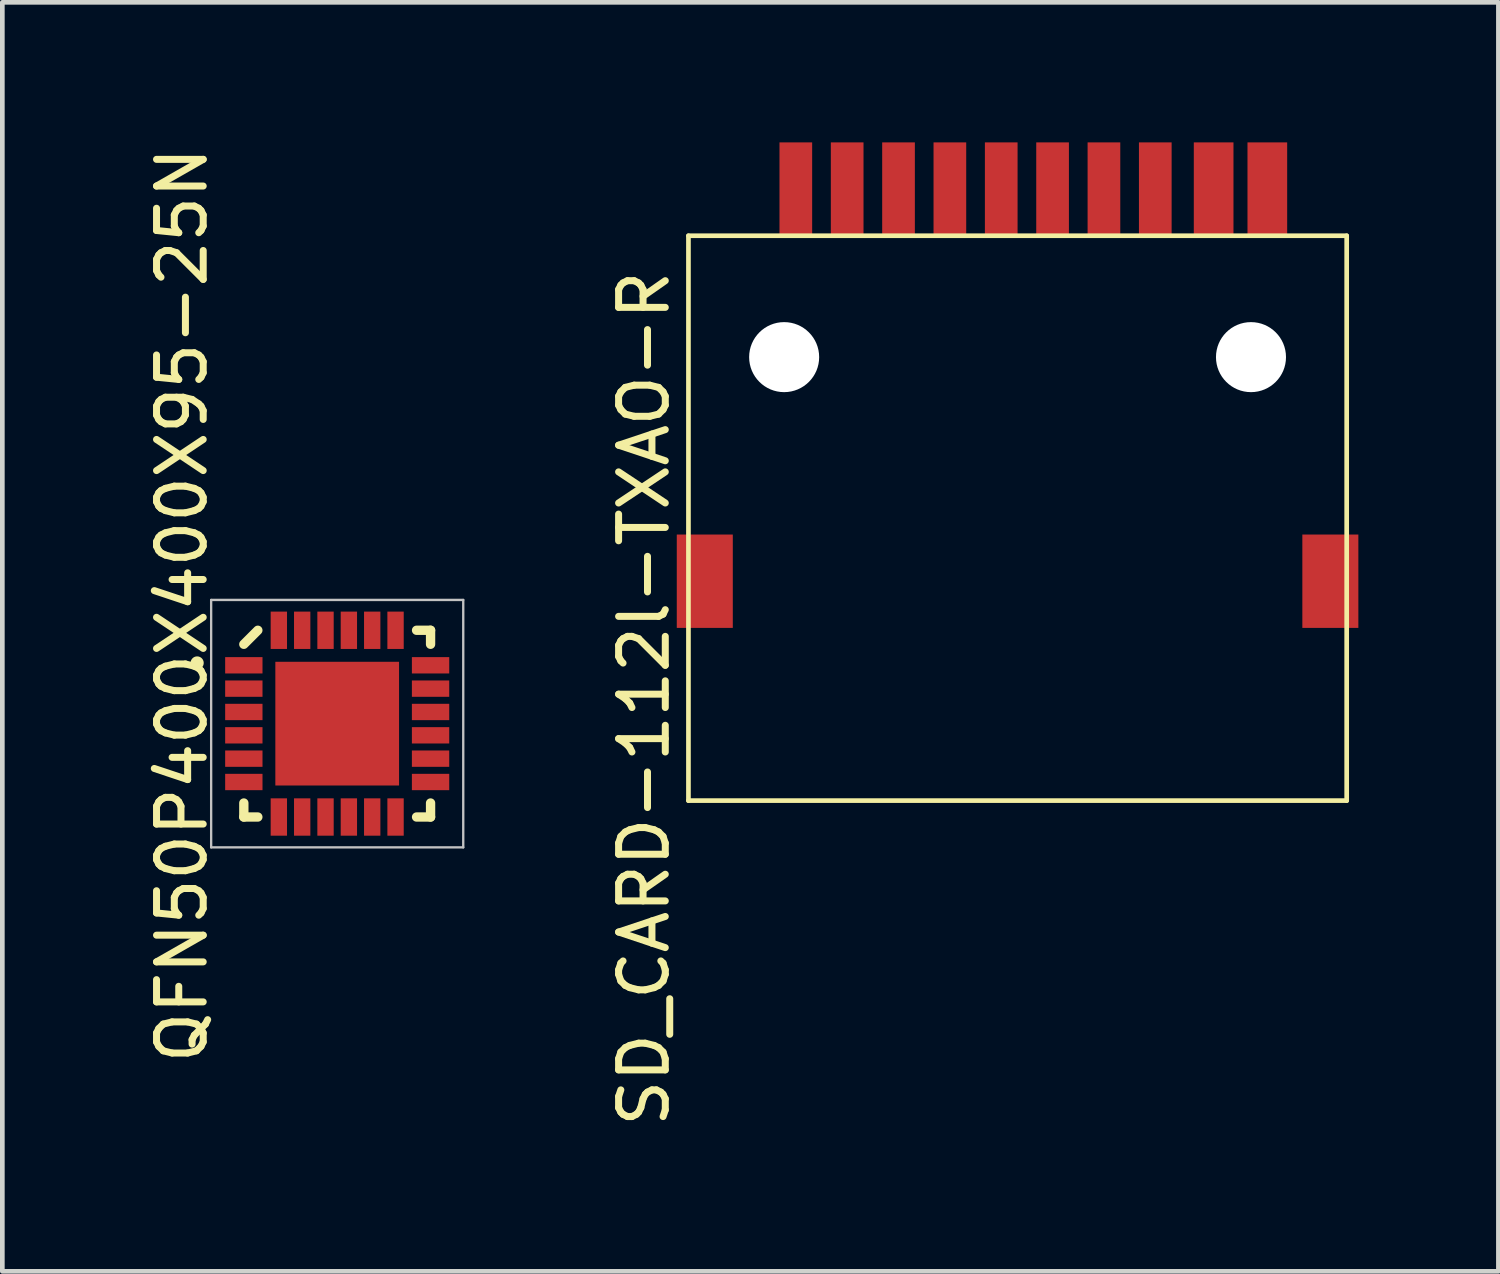
<source format=kicad_pcb>
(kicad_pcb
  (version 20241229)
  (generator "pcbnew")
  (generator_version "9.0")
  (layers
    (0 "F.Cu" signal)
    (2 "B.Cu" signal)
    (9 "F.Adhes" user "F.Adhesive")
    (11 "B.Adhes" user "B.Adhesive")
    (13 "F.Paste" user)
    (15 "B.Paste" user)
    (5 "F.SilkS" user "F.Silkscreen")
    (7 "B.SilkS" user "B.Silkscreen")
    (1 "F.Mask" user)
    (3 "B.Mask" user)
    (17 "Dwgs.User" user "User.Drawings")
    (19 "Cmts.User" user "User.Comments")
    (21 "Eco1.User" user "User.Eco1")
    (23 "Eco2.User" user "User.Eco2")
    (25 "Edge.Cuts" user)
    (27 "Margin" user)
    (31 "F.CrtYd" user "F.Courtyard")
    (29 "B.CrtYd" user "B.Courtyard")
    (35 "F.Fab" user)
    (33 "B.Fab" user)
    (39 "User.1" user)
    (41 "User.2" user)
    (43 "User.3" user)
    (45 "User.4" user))
  (footprint "SD_CARD-112l-TXAO-R"
    (layer "F.Cu")
    (at 18.747 4.6)
    (property "Reference" "SD_CARD-112l-TXAO-R" (at -8.001 7.315 90) (layer "F.SilkS") (effects (font (size 1 1) (thickness 0.15))))
    (attr through_hole)
    (fp_line (start -7.05 -2.6) (end 7.05 -2.6) (stroke (width 0.1) (type solid)) (layer "F.SilkS"))
    (fp_line (start -7.05 9.5) (end -7.05 -2.6) (stroke (width 0.1) (type solid)) (layer "F.SilkS"))
    (fp_line (start 7.05 -2.6) (end 7.05 9.5) (stroke (width 0.1) (type solid)) (layer "F.SilkS"))
    (fp_line (start 7.05 9.5) (end -7.05 9.5) (stroke (width 0.1) (type solid)) (layer "F.SilkS"))
    (pad "" np_thru_hole circle (at -5 0) (size 1.5 1.5) (drill 1.5) (layers "*.Cu" "*.Mask"))
    (pad "" np_thru_hole circle (at 5 0) (size 1.5 1.5) (drill 1.5) (layers "*.Cu" "*.Mask"))
    (pad "1" smd rect (at 2.95 -3.6) (size 0.7 2) (layers "F.Cu" "F.Mask" "F.Paste"))
    (pad "2" smd rect (at 1.85 -3.6) (size 0.7 2) (layers "F.Cu" "F.Mask" "F.Paste"))
    (pad "3" smd rect (at 0.75 -3.6) (size 0.7 2) (layers "F.Cu" "F.Mask" "F.Paste"))
    (pad "4" smd rect (at -0.35 -3.6) (size 0.7 2) (layers "F.Cu" "F.Mask" "F.Paste"))
    (pad "5" smd rect (at -1.45 -3.6) (size 0.7 2) (layers "F.Cu" "F.Mask" "F.Paste"))
    (pad "6" smd rect (at -2.55 -3.6) (size 0.7 2) (layers "F.Cu" "F.Mask" "F.Paste"))
    (pad "7" smd rect (at -3.65 -3.6) (size 0.7 2) (layers "F.Cu" "F.Mask" "F.Paste"))
    (pad "8" smd rect (at -4.75 -3.6) (size 0.7 2) (layers "F.Cu" "F.Mask" "F.Paste"))
    (pad "9" smd rect (at 4.2 -3.6) (size 0.85 2) (layers "F.Cu" "F.Mask" "F.Paste"))
    (pad "10" smd rect (at 5.35 -3.6) (size 0.85 2) (layers "F.Cu" "F.Mask" "F.Paste"))
    (pad "11" smd rect (at -6.7 4.8) (size 1.2 2) (layers "F.Cu" "F.Mask" "F.Paste"))
    (pad "11" smd rect (at 6.7 4.8) (size 1.2 2) (layers "F.Cu" "F.Mask" "F.Paste")))
  (footprint "QFN50P400X400X95-25N"
    (layer "F.Cu")
    (at 4.173 12.451)
    (property "Reference" "QFN50P400X400X95-25N" (at -3.325 -2.54 90) (layer "F.SilkS") (effects (font (size 1 1) (thickness 0.15))))
    (attr smd)
    (fp_line (start -2 -1.7) (end -1.7 -2) (stroke (width 0.2) (type solid)) (layer "F.SilkS"))
    (fp_line (start -2 2) (end -2 1.7) (stroke (width 0.2) (type solid)) (layer "F.SilkS"))
    (fp_line (start -1.7 2) (end -2 2) (stroke (width 0.2) (type solid)) (layer "F.SilkS"))
    (fp_line (start 1.7 -2) (end 2 -2) (stroke (width 0.2) (type solid)) (layer "F.SilkS"))
    (fp_line (start 2 -2) (end 2 -1.7) (stroke (width 0.2) (type solid)) (layer "F.SilkS"))
    (fp_line (start 2 1.7) (end 2 2) (stroke (width 0.2) (type solid)) (layer "F.SilkS"))
    (fp_line (start 2 2) (end 1.7 2) (stroke (width 0.2) (type solid)) (layer "F.SilkS"))
    (fp_circle (center -3 -1.3) (end -2.859 -1.3) (stroke (width 0) (type solid)) (fill yes) (layer "F.SilkS"))
    (fp_poly (pts (xy -0.88 -0.83) (xy 0.88 -0.83) (xy 0.88 0.83) (xy -0.88 0.83)) (stroke (width 0.381) (type solid)) (fill yes) (layer "F.Paste"))
    (fp_line (start -2.7 -2.65) (end 2.7 -2.65) (stroke (width 0.05) (type solid)) (layer "Dwgs.User"))
    (fp_line (start -2.7 2.65) (end -2.7 -2.65) (stroke (width 0.05) (type solid)) (layer "Dwgs.User"))
    (fp_line (start 2.7 -2.65) (end 2.7 2.65) (stroke (width 0.05) (type solid)) (layer "Dwgs.User"))
    (fp_line (start 2.7 2.65) (end -2.7 2.65) (stroke (width 0.05) (type solid)) (layer "Dwgs.User"))
    (pad "1" smd rect (at -2 -1.25) (size 0.8 0.35) (layers "F.Cu" "F.Mask" "F.Paste"))
    (pad "2" smd rect (at -2 -0.75) (size 0.8 0.35) (layers "F.Cu" "F.Mask" "F.Paste"))
    (pad "3" smd rect (at -2 -0.25) (size 0.8 0.35) (layers "F.Cu" "F.Mask" "F.Paste"))
    (pad "4" smd rect (at -2 0.25) (size 0.8 0.35) (layers "F.Cu" "F.Mask" "F.Paste"))
    (pad "5" smd rect (at -2 0.75) (size 0.8 0.35) (layers "F.Cu" "F.Mask" "F.Paste"))
    (pad "6" smd rect (at -2 1.25) (size 0.8 0.35) (layers "F.Cu" "F.Mask" "F.Paste"))
    (pad "7" smd rect (at -1.25 2 90) (size 0.8 0.35) (layers "F.Cu" "F.Mask" "F.Paste"))
    (pad "8" smd rect (at -0.75 2 90) (size 0.8 0.35) (layers "F.Cu" "F.Mask" "F.Paste"))
    (pad "9" smd rect (at -0.25 2 90) (size 0.8 0.35) (layers "F.Cu" "F.Mask" "F.Paste"))
    (pad "10" smd rect (at 0.25 2 90) (size 0.8 0.35) (layers "F.Cu" "F.Mask" "F.Paste"))
    (pad "11" smd rect (at 0.75 2 90) (size 0.8 0.35) (layers "F.Cu" "F.Mask" "F.Paste"))
    (pad "12" smd rect (at 1.25 2 90) (size 0.8 0.35) (layers "F.Cu" "F.Mask" "F.Paste"))
    (pad "13" smd rect (at 2 1.25 180) (size 0.8 0.35) (layers "F.Cu" "F.Mask" "F.Paste"))
    (pad "14" smd rect (at 2 0.75 180) (size 0.8 0.35) (layers "F.Cu" "F.Mask" "F.Paste"))
    (pad "15" smd rect (at 2 0.25 180) (size 0.8 0.35) (layers "F.Cu" "F.Mask" "F.Paste"))
    (pad "16" smd rect (at 2 -0.25 180) (size 0.8 0.35) (layers "F.Cu" "F.Mask" "F.Paste"))
    (pad "17" smd rect (at 2 -0.75 180) (size 0.8 0.35) (layers "F.Cu" "F.Mask" "F.Paste"))
    (pad "18" smd rect (at 2 -1.25 180) (size 0.8 0.35) (layers "F.Cu" "F.Mask" "F.Paste"))
    (pad "19" smd rect (at 1.25 -2 270) (size 0.8 0.35) (layers "F.Cu" "F.Mask" "F.Paste"))
    (pad "20" smd rect (at 0.75 -2 270) (size 0.8 0.35) (layers "F.Cu" "F.Mask" "F.Paste"))
    (pad "21" smd rect (at 0.25 -2 270) (size 0.8 0.35) (layers "F.Cu" "F.Mask" "F.Paste"))
    (pad "22" smd rect (at -0.25 -2 270) (size 0.8 0.35) (layers "F.Cu" "F.Mask" "F.Paste"))
    (pad "23" smd rect (at -0.75 -2 270) (size 0.8 0.35) (layers "F.Cu" "F.Mask" "F.Paste"))
    (pad "24" smd rect (at -1.25 -2 270) (size 0.8 0.35) (layers "F.Cu" "F.Mask" "F.Paste"))
    (pad "25" smd rect (at 0 0) (size 2.65 2.65) (layers "F.Cu" "F.Mask" "F.Paste")))
  (gr_rect
    (start -3 -3)
    (end 29.047 24.183)
    (stroke (width 0.1) (type default))
    (fill no)
    (layer "Edge.Cuts")))
</source>
